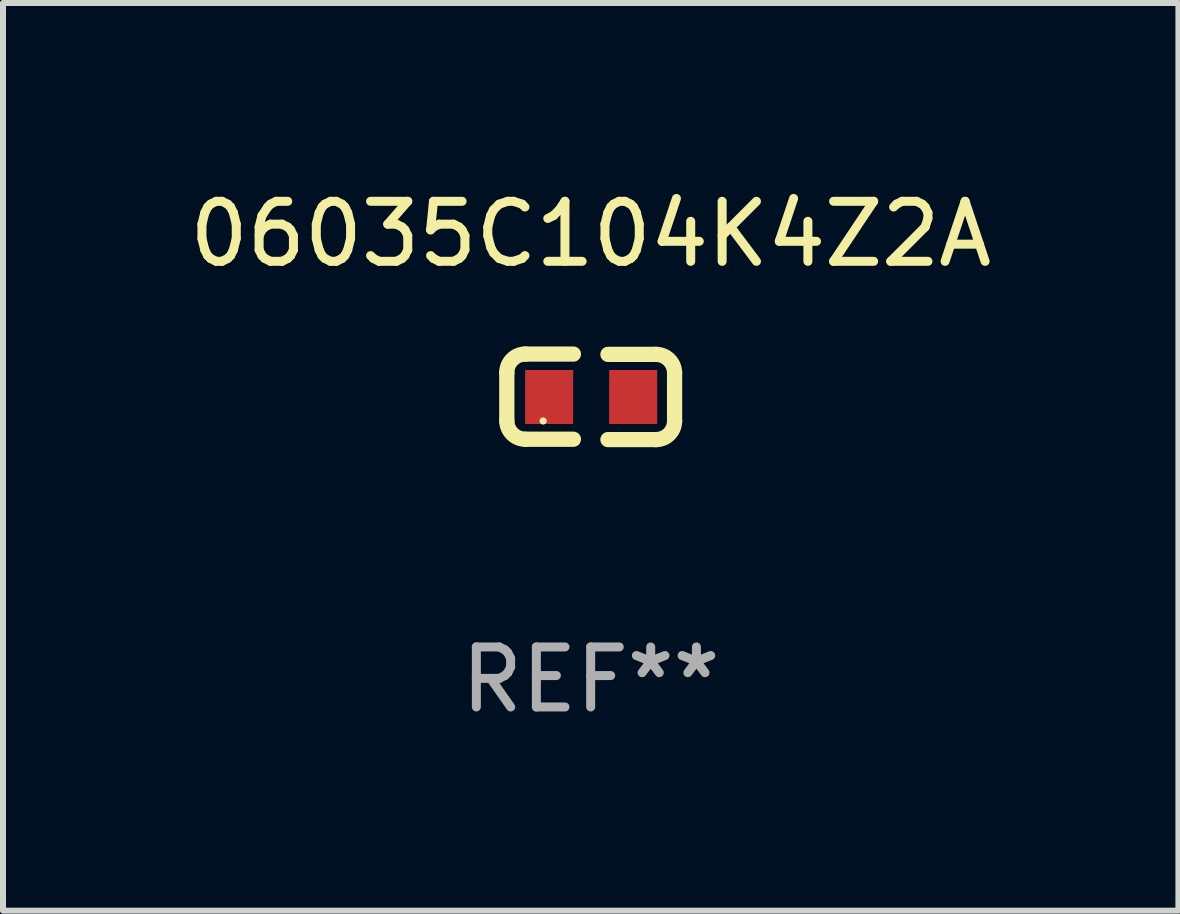
<source format=kicad_pcb>
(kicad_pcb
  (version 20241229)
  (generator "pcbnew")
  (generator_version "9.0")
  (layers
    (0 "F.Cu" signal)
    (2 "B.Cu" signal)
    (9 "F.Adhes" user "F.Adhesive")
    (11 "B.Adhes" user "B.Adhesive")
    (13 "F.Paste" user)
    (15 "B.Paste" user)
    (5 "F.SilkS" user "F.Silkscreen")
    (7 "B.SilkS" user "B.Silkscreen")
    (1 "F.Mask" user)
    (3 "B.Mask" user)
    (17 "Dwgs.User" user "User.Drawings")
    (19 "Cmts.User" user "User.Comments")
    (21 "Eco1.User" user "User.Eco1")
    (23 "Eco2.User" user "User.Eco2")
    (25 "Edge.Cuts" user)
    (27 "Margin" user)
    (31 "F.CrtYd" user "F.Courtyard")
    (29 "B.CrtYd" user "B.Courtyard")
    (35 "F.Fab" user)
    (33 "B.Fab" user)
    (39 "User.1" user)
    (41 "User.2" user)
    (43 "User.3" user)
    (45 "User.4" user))
  (footprint "06035C104K4Z2A"
    (layer "F.Cu")
    (at 6.799 3.564)
    (property "Reference" "06035C104K4Z2A" (at -0.008 -2.715 0) (layer "F.SilkS") (effects (font (size 1 1) (thickness 0.15))))
    (attr through_hole)
    (fp_line (start -1.405 -0.406) (end -1.405 0.394) (stroke (width 0.254) (type solid)) (layer "F.SilkS"))
    (fp_line (start -0.296 -0.715) (end -1.096 -0.715) (stroke (width 0.254) (type solid)) (layer "F.SilkS"))
    (fp_line (start -0.296 0.704) (end -1.096 0.704) (stroke (width 0.254) (type solid)) (layer "F.SilkS"))
    (fp_line (start 0.28 -0.71) (end 1.08 -0.71) (stroke (width 0.254) (type solid)) (layer "F.SilkS"))
    (fp_line (start 0.28 0.71) (end 1.08 0.71) (stroke (width 0.254) (type solid)) (layer "F.SilkS"))
    (fp_line (start 1.39 -0.4) (end 1.39 0.4) (stroke (width 0.254) (type solid)) (layer "F.SilkS"))
    (fp_arc (start -1.405512 -0.405613) (mid -1.314765 -0.624696) (end -1.095682 -0.715443) (stroke (width 0.254001) (type solid)) (layer "F.SilkS"))
    (fp_arc (start -1.095682 0.704216) (mid -1.314773 0.61346) (end -1.405511 0.394362) (stroke (width 0.254001) (type solid)) (layer "F.SilkS"))
    (fp_arc (start 1.080188 -0.709627) (mid 1.29928 -0.618871) (end 1.390018 -0.399772) (stroke (width 0.254001) (type solid)) (layer "F.SilkS"))
    (fp_arc (start 1.390018 0.400203) (mid 1.299271 0.619286) (end 1.080188 0.710033) (stroke (width 0.254001) (type solid)) (layer "F.SilkS"))
    (fp_circle (center -0.8 0.4) (end -0.77 0.4) (stroke (width 0.06) (type solid)) (fill no) (layer "F.SilkS"))
    (fp_text user "REF**" (at -0.008 4.71 0) (layer "F.Fab") (effects (font (size 1 1) (thickness 0.15))))
    (pad "1" smd rect (at -0.7 0) (size 0.8 0.9) (layers "F.Cu" "F.Mask" "F.Paste"))
    (pad "2" smd rect (at 0.7 0) (size 0.8 0.9) (layers "F.Cu" "F.Mask" "F.Paste")))
  (gr_rect
    (start -3 -3)
    (end 16.583 12.122)
    (stroke (width 0.1) (type default))
    (fill no)
    (layer "Edge.Cuts")))
</source>
